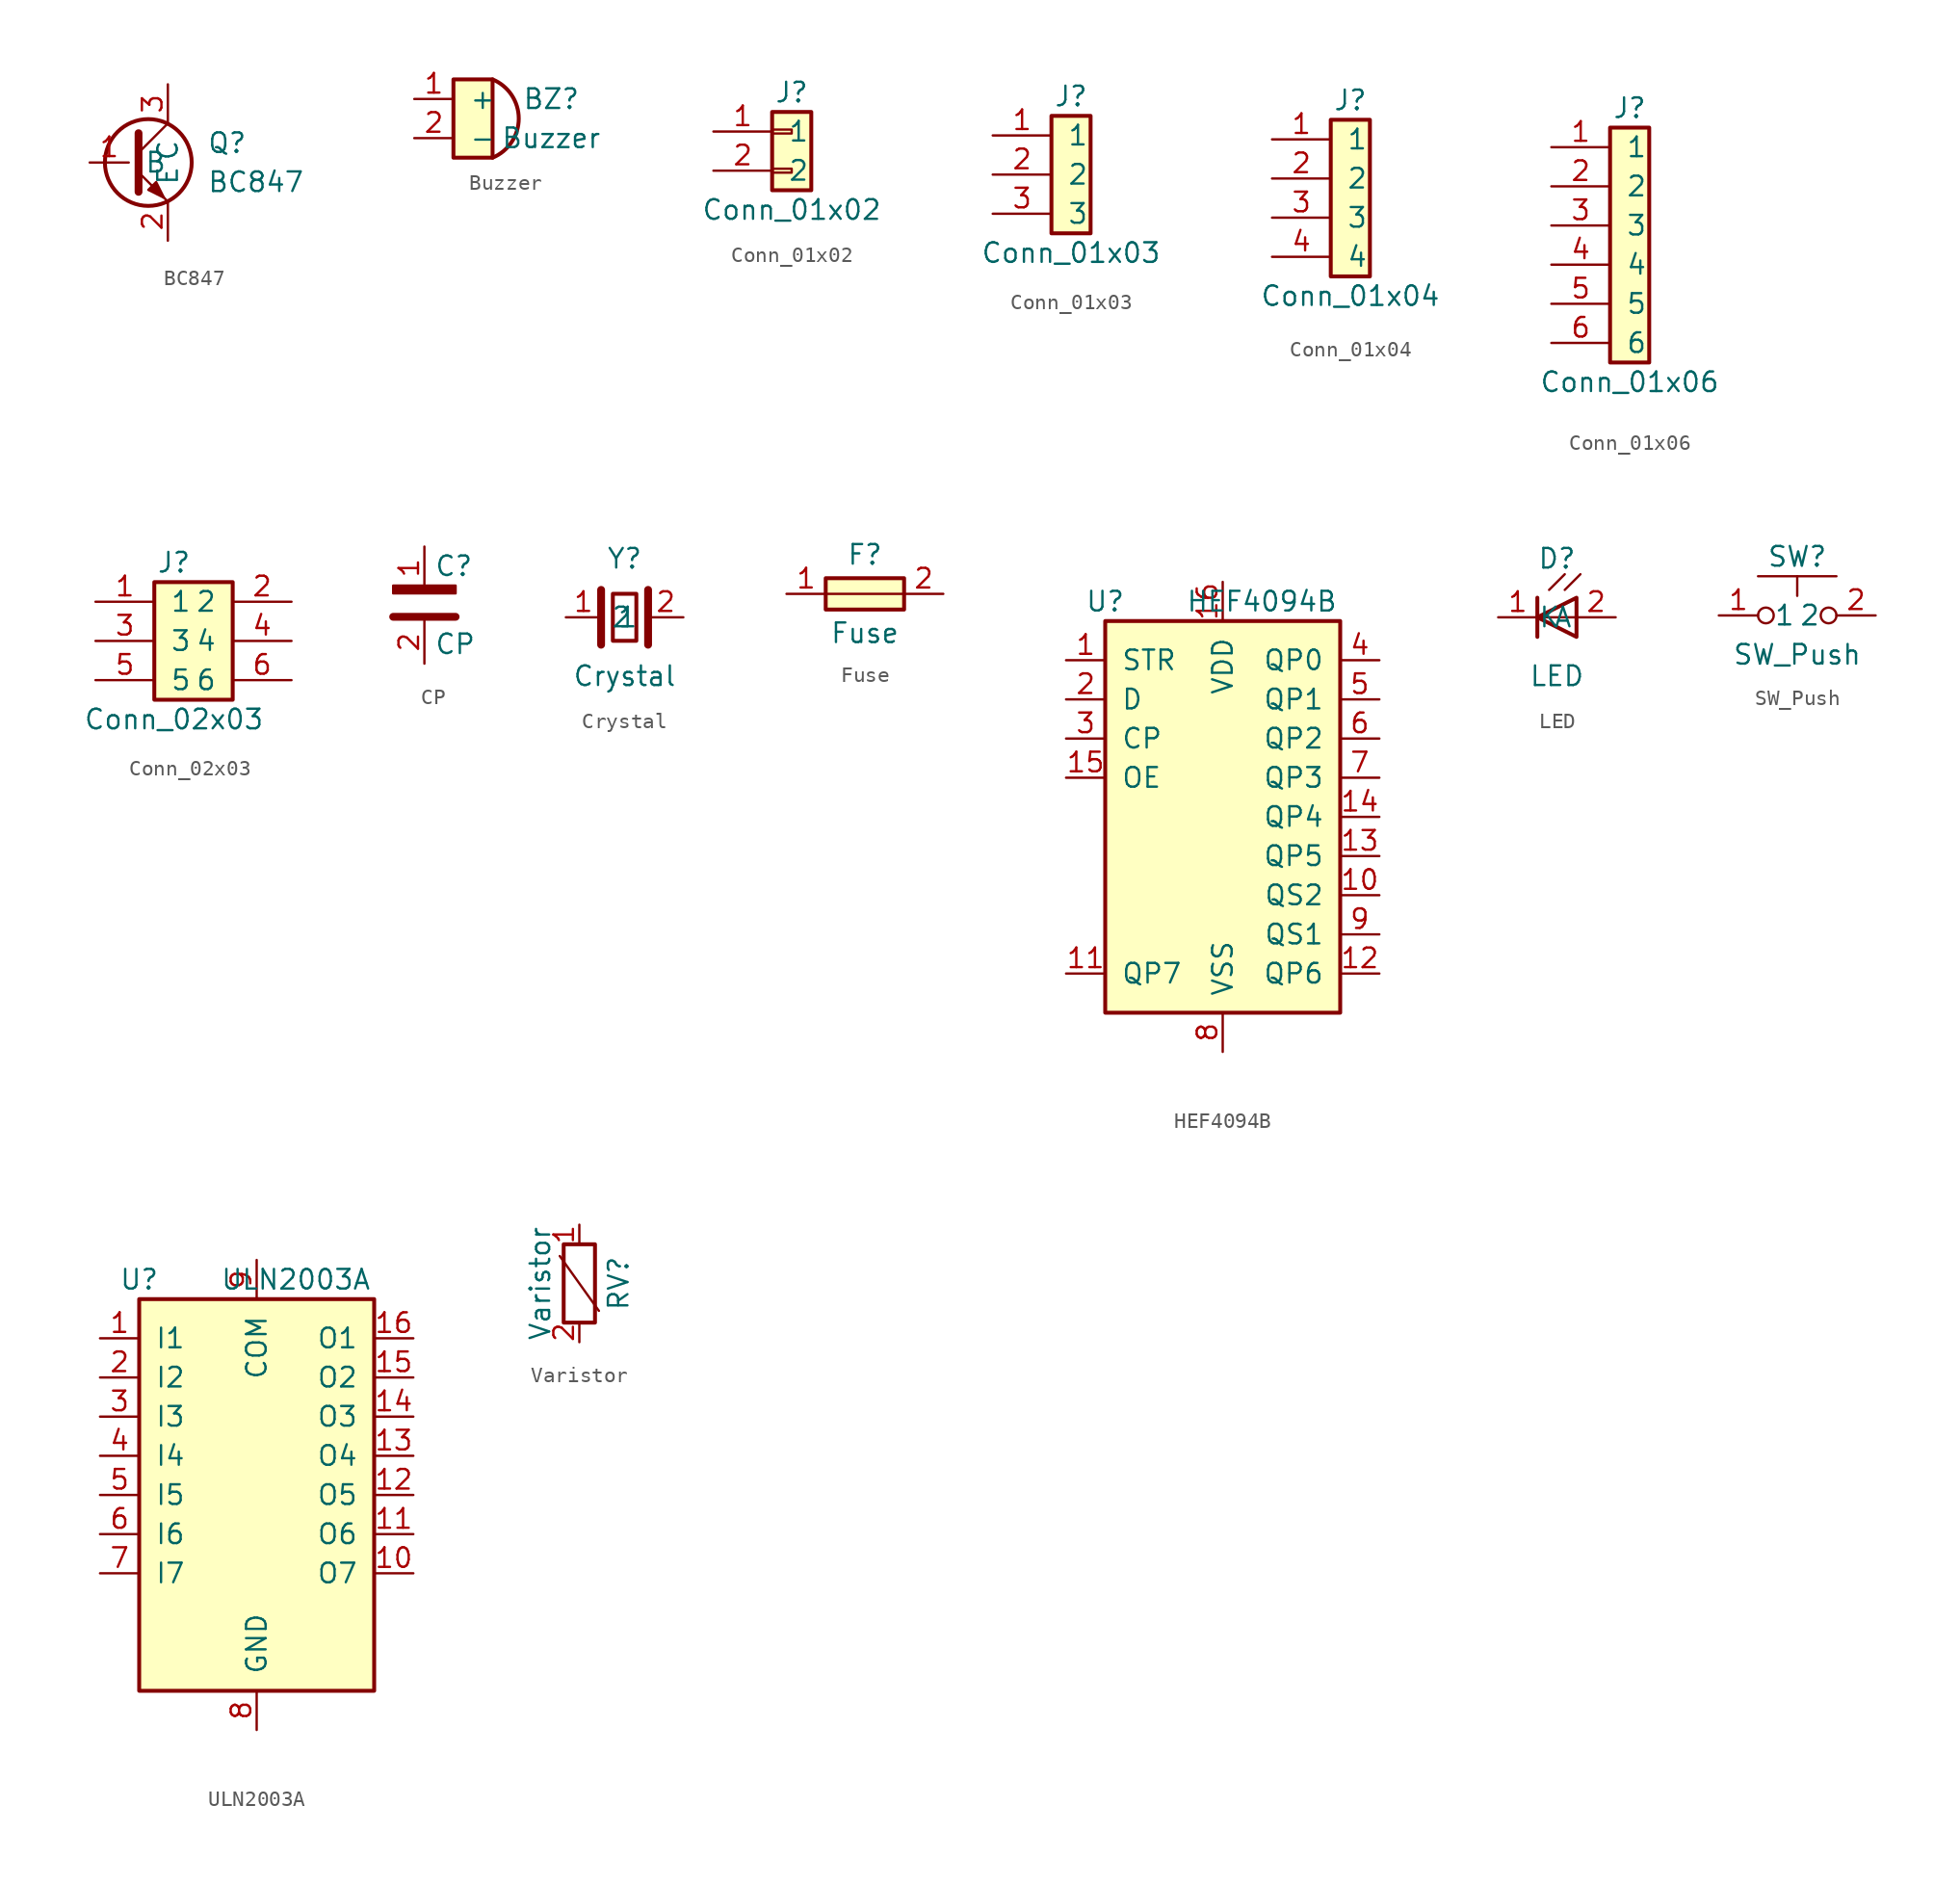
<source format=kicad_sym>
(kicad_symbol_lib
  (version 20231120)
  (generator "kicad_symbol_editor")
  (generator_version "9.0")
  (symbol "BC847"
    (pin_names
      (offset 1.016))
    (property "Reference" "Q"
      (at 5.08 1.27 0)
      (effects (font (size 1.27 1.27)) (justify left)))
    (property "Value" "BC847"
      (at 5.08 -1.27 0)
      (effects (font (size 1.27 1.27)) (justify left)))
    (symbol "BC847_0_1"
      (polyline (pts (xy 0.635 0.635) (xy 2.54 2.54)) (stroke (width 0) (type default)) (fill (type none)))
      (polyline (pts (xy 0.635 -0.635) (xy 2.54 -2.54)) (stroke (width 0) (type default)) (fill (type none)))
      (polyline (pts (xy 0.635 1.905) (xy 0.635 -1.905)) (stroke (width 0.508) (type default)) (fill (type none)))
      (polyline (pts (xy 1.27 -1.778) (xy 1.778 -1.27) (xy 2.286 -2.286) (xy 1.27 -1.778)) (stroke (width 0) (type default)) (fill (type outline)))
      (circle (center 1.27 0) (radius 2.819) (stroke (width 0.254) (type default)) (fill (type none))))
    (symbol "BC847_1_1"
      (pin input line (at -2.54 0 0) (length 2.54) (name "B" (effects (font (size 1.27 1.27)))) (number "1" (effects (font (size 1.27 1.27)))))
      (pin passive line (at 2.54 -5.08 90) (length 2.54) (name "E" (effects (font (size 1.27 1.27)))) (number "2" (effects (font (size 1.27 1.27)))))
      (pin passive line (at 2.54 5.08 270) (length 2.54) (name "C" (effects (font (size 1.27 1.27)))) (number "3" (effects (font (size 1.27 1.27)))))))
  (symbol "Buzzer"
    (pin_names
      (offset 1.016))
    (property "Reference" "BZ"
      (at 3.81 1.27 0)
      (effects (font (size 1.27 1.27))))
    (property "Value" "Buzzer"
      (at 3.81 -1.27 0)
      (effects (font (size 1.27 1.27))))
    (symbol "Buzzer_0_1"
      (arc (start 0 2.54) (mid 1.6988 0) (end 0 -2.54) (stroke (width 0.254) (type default)) (fill (type none)))
      (rectangle (start 0 2.54) (end -2.54 -2.54) (stroke (width 0.254) (type default)) (fill (type background))))
    (symbol "Buzzer_1_1"
      (pin passive line (at -5.08 1.27 0) (length 2.54) (name "+" (effects (font (size 1.27 1.27)))) (number "1" (effects (font (size 1.27 1.27)))))
      (pin passive line (at -5.08 -1.27 0) (length 2.54) (name "-" (effects (font (size 1.27 1.27)))) (number "2" (effects (font (size 1.27 1.27)))))))
  (symbol "Conn_01x02"
    (pin_names
      (offset 1.016))
    (property "Reference" "J"
      (at 0 2.54 0)
      (effects (font (size 1.27 1.27))))
    (property "Value" "Conn_01x02"
      (at 0 -5.08 0)
      (effects (font (size 1.27 1.27))))
    (symbol "Conn_01x02_1_1"
      (rectangle (start -1.27 -2.413) (end 0 -2.667) (stroke (width 0.152) (type default)) (fill (type none)))
      (rectangle (start -1.27 0.127) (end 0 -0.127) (stroke (width 0.152) (type default)) (fill (type none)))
      (rectangle (start -1.27 1.27) (end 1.27 -3.81) (stroke (width 0.254) (type default)) (fill (type background)))
      (pin passive line (at -5.08 0 0) (length 3.81) (name "1" (effects (font (size 1.27 1.27)))) (number "1" (effects (font (size 1.27 1.27)))))
      (pin passive line (at -5.08 -2.54 0) (length 3.81) (name "2" (effects (font (size 1.27 1.27)))) (number "2" (effects (font (size 1.27 1.27)))))))
  (symbol "Conn_01x03"
    (pin_names
      (offset 1.016))
    (property "Reference" "J"
      (at 0 5.08 0)
      (effects (font (size 1.27 1.27))))
    (property "Value" "Conn_01x03"
      (at 0 -5.08 0)
      (effects (font (size 1.27 1.27))))
    (symbol "Conn_01x03_1_1"
      (rectangle (start -1.27 3.81) (end 1.27 -3.81) (stroke (width 0.254) (type default)) (fill (type background)))
      (pin passive line (at -5.08 2.54 0) (length 3.81) (name "1" (effects (font (size 1.27 1.27)))) (number "1" (effects (font (size 1.27 1.27)))))
      (pin passive line (at -5.08 0 0) (length 3.81) (name "2" (effects (font (size 1.27 1.27)))) (number "2" (effects (font (size 1.27 1.27)))))
      (pin passive line (at -5.08 -2.54 0) (length 3.81) (name "3" (effects (font (size 1.27 1.27)))) (number "3" (effects (font (size 1.27 1.27)))))))
  (symbol "Conn_01x04"
    (pin_names
      (offset 1.016))
    (property "Reference" "J"
      (at 0 5.08 0)
      (effects (font (size 1.27 1.27))))
    (property "Value" "Conn_01x04"
      (at 0 -7.62 0)
      (effects (font (size 1.27 1.27))))
    (symbol "Conn_01x04_1_1"
      (rectangle (start -1.27 3.81) (end 1.27 -6.35) (stroke (width 0.254) (type default)) (fill (type background)))
      (pin passive line (at -5.08 2.54 0) (length 3.81) (name "1" (effects (font (size 1.27 1.27)))) (number "1" (effects (font (size 1.27 1.27)))))
      (pin passive line (at -5.08 0 0) (length 3.81) (name "2" (effects (font (size 1.27 1.27)))) (number "2" (effects (font (size 1.27 1.27)))))
      (pin passive line (at -5.08 -2.54 0) (length 3.81) (name "3" (effects (font (size 1.27 1.27)))) (number "3" (effects (font (size 1.27 1.27)))))
      (pin passive line (at -5.08 -5.08 0) (length 3.81) (name "4" (effects (font (size 1.27 1.27)))) (number "4" (effects (font (size 1.27 1.27)))))))
  (symbol "Conn_01x06"
    (pin_names
      (offset 1.016))
    (property "Reference" "J"
      (at 0 7.62 0)
      (effects (font (size 1.27 1.27))))
    (property "Value" "Conn_01x06"
      (at 0 -10.16 0)
      (effects (font (size 1.27 1.27))))
    (symbol "Conn_01x06_1_1"
      (rectangle (start -1.27 6.35) (end 1.27 -8.89) (stroke (width 0.254) (type default)) (fill (type background)))
      (pin passive line (at -5.08 5.08 0) (length 3.81) (name "1" (effects (font (size 1.27 1.27)))) (number "1" (effects (font (size 1.27 1.27)))))
      (pin passive line (at -5.08 2.54 0) (length 3.81) (name "2" (effects (font (size 1.27 1.27)))) (number "2" (effects (font (size 1.27 1.27)))))
      (pin passive line (at -5.08 0 0) (length 3.81) (name "3" (effects (font (size 1.27 1.27)))) (number "3" (effects (font (size 1.27 1.27)))))
      (pin passive line (at -5.08 -2.54 0) (length 3.81) (name "4" (effects (font (size 1.27 1.27)))) (number "4" (effects (font (size 1.27 1.27)))))
      (pin passive line (at -5.08 -5.08 0) (length 3.81) (name "5" (effects (font (size 1.27 1.27)))) (number "5" (effects (font (size 1.27 1.27)))))
      (pin passive line (at -5.08 -7.62 0) (length 3.81) (name "6" (effects (font (size 1.27 1.27)))) (number "6" (effects (font (size 1.27 1.27)))))))
  (symbol "Conn_02x03"
    (pin_names
      (offset 1.016))
    (property "Reference" "J"
      (at 0 5.08 0)
      (effects (font (size 1.27 1.27))))
    (property "Value" "Conn_02x03"
      (at 0 -5.08 0)
      (effects (font (size 1.27 1.27))))
    (symbol "Conn_02x03_1_1"
      (rectangle (start -1.27 3.81) (end 3.81 -3.81) (stroke (width 0.254) (type default)) (fill (type background)))
      (pin passive line (at -5.08 2.54 0) (length 3.81) (name "1" (effects (font (size 1.27 1.27)))) (number "1" (effects (font (size 1.27 1.27)))))
      (pin passive line (at 7.62 2.54 180) (length 3.81) (name "2" (effects (font (size 1.27 1.27)))) (number "2" (effects (font (size 1.27 1.27)))))
      (pin passive line (at -5.08 0 0) (length 3.81) (name "3" (effects (font (size 1.27 1.27)))) (number "3" (effects (font (size 1.27 1.27)))))
      (pin passive line (at 7.62 0 180) (length 3.81) (name "4" (effects (font (size 1.27 1.27)))) (number "4" (effects (font (size 1.27 1.27)))))
      (pin passive line (at -5.08 -2.54 0) (length 3.81) (name "5" (effects (font (size 1.27 1.27)))) (number "5" (effects (font (size 1.27 1.27)))))
      (pin passive line (at 7.62 -2.54 180) (length 3.81) (name "6" (effects (font (size 1.27 1.27)))) (number "6" (effects (font (size 1.27 1.27)))))))
  (symbol "CP"
    (pin_names
      (offset 0.254))
    (property "Reference" "C"
      (at 0.635 2.54 0)
      (effects (font (size 1.27 1.27)) (justify left)))
    (property "Value" "CP"
      (at 0.635 -2.54 0)
      (effects (font (size 1.27 1.27)) (justify left)))
    (symbol "CP_0_1"
      (rectangle (start -2.032 0.762) (end 2.032 1.27) (stroke (width 0) (type default)) (fill (type outline)))
      (polyline (pts (xy -2.032 -0.762) (xy 2.032 -0.762)) (stroke (width 0.508) (type default)) (fill (type none))))
    (symbol "CP_1_1"
      (pin passive line (at 0 3.81 270) (length 2.794) (name "~" (effects (font (size 1.27 1.27)))) (number "1" (effects (font (size 1.27 1.27)))))
      (pin passive line (at 0 -3.81 90) (length 2.794) (name "~" (effects (font (size 1.27 1.27)))) (number "2" (effects (font (size 1.27 1.27)))))))
  (symbol "Crystal"
    (pin_names
      (offset 1.016))
    (property "Reference" "Y"
      (at 0 3.81 0)
      (effects (font (size 1.27 1.27))))
    (property "Value" "Crystal"
      (at 0 -3.81 0)
      (effects (font (size 1.27 1.27))))
    (symbol "Crystal_0_1"
      (rectangle (start -0.762 -1.524) (end 0.762 1.524) (stroke (width 0.254) (type default)) (fill (type none)))
      (polyline (pts (xy -1.524 -1.778) (xy -1.524 1.778)) (stroke (width 0.508) (type default)) (fill (type none)))
      (polyline (pts (xy 1.524 -1.778) (xy 1.524 1.778)) (stroke (width 0.508) (type default)) (fill (type none))))
    (symbol "Crystal_1_1"
      (pin passive line (at -3.81 0 0) (length 2.286) (name "1" (effects (font (size 1.27 1.27)))) (number "1" (effects (font (size 1.27 1.27)))))
      (pin passive line (at 3.81 0 180) (length 2.286) (name "2" (effects (font (size 1.27 1.27)))) (number "2" (effects (font (size 1.27 1.27)))))))
  (symbol "Fuse"
    (pin_names
      (offset 1.016))
    (property "Reference" "F"
      (at 0 2.54 0)
      (effects (font (size 1.27 1.27))))
    (property "Value" "Fuse"
      (at 0 -2.54 0)
      (effects (font (size 1.27 1.27))))
    (symbol "Fuse_0_1"
      (rectangle (start -2.54 1.016) (end 2.54 -1.016) (stroke (width 0.254) (type default)) (fill (type background)))
      (polyline (pts (xy -2.54 0) (xy 2.54 0)) (stroke (width 0) (type default)) (fill (type none))))
    (symbol "Fuse_1_1"
      (pin passive line (at -5.08 0 0) (length 2.54) (name "~" (effects (font (size 1.27 1.27)))) (number "1" (effects (font (size 1.27 1.27)))))
      (pin passive line (at 5.08 0 180) (length 2.54) (name "~" (effects (font (size 1.27 1.27)))) (number "2" (effects (font (size 1.27 1.27)))))))
  (symbol "HEF4094B"
    (pin_names
      (offset 1.016))
    (property "Reference" "U"
      (at -7.62 13.97 0)
      (effects (font (size 1.27 1.27))))
    (property "Value" "HEF4094B"
      (at 2.54 13.97 0)
      (effects (font (size 1.27 1.27))))
    (symbol "HEF4094B_0_1"
      (rectangle (start -7.62 12.7) (end 7.62 -12.7) (stroke (width 0.254) (type default)) (fill (type background))))
    (symbol "HEF4094B_1_1"
      (pin input line (at -10.16 10.16 0) (length 2.54) (name "STR" (effects (font (size 1.27 1.27)))) (number "1" (effects (font (size 1.27 1.27)))))
      (pin input line (at -10.16 7.62 0) (length 2.54) (name "D" (effects (font (size 1.27 1.27)))) (number "2" (effects (font (size 1.27 1.27)))))
      (pin input line (at -10.16 5.08 0) (length 2.54) (name "CP" (effects (font (size 1.27 1.27)))) (number "3" (effects (font (size 1.27 1.27)))))
      (pin output line (at 10.16 10.16 180) (length 2.54) (name "QP0" (effects (font (size 1.27 1.27)))) (number "4" (effects (font (size 1.27 1.27)))))
      (pin output line (at 10.16 7.62 180) (length 2.54) (name "QP1" (effects (font (size 1.27 1.27)))) (number "5" (effects (font (size 1.27 1.27)))))
      (pin output line (at 10.16 5.08 180) (length 2.54) (name "QP2" (effects (font (size 1.27 1.27)))) (number "6" (effects (font (size 1.27 1.27)))))
      (pin output line (at 10.16 2.54 180) (length 2.54) (name "QP3" (effects (font (size 1.27 1.27)))) (number "7" (effects (font (size 1.27 1.27)))))
      (pin power_in line (at 0 -15.24 90) (length 2.54) (name "VSS" (effects (font (size 1.27 1.27)))) (number "8" (effects (font (size 1.27 1.27)))))
      (pin output line (at 10.16 -7.62 180) (length 2.54) (name "QS1" (effects (font (size 1.27 1.27)))) (number "9" (effects (font (size 1.27 1.27)))))
      (pin output line (at 10.16 -5.08 180) (length 2.54) (name "QS2" (effects (font (size 1.27 1.27)))) (number "10" (effects (font (size 1.27 1.27)))))
      (pin output line (at 10.16 0 180) (length 2.54) (name "QP4" (effects (font (size 1.27 1.27)))) (number "14" (effects (font (size 1.27 1.27)))))
      (pin output line (at 10.16 -2.54 180) (length 2.54) (name "QP5" (effects (font (size 1.27 1.27)))) (number "13" (effects (font (size 1.27 1.27)))))
      (pin output line (at 10.16 -10.16 180) (length 2.54) (name "QP6" (effects (font (size 1.27 1.27)))) (number "12" (effects (font (size 1.27 1.27)))))
      (pin output line (at -10.16 -10.16 0) (length 2.54) (name "QP7" (effects (font (size 1.27 1.27)))) (number "11" (effects (font (size 1.27 1.27)))))
      (pin input line (at -10.16 2.54 0) (length 2.54) (name "OE" (effects (font (size 1.27 1.27)))) (number "15" (effects (font (size 1.27 1.27)))))
      (pin power_in line (at 0 15.24 270) (length 2.54) (name "VDD" (effects (font (size 1.27 1.27)))) (number "16" (effects (font (size 1.27 1.27)))))))
  (symbol "LED"
    (pin_names
      (offset 1.016))
    (property "Reference" "D"
      (at 0 3.81 0)
      (effects (font (size 1.27 1.27))))
    (property "Value" "LED"
      (at 0 -3.81 0)
      (effects (font (size 1.27 1.27))))
    (symbol "LED_0_1"
      (polyline (pts (xy -1.27 -1.27) (xy -1.27 1.27)) (stroke (width 0.254) (type default)) (fill (type none)))
      (polyline (pts (xy -1.27 0) (xy 1.27 0)) (stroke (width 0) (type default)) (fill (type none)))
      (polyline (pts (xy 1.27 -1.27) (xy 1.27 1.27) (xy -1.27 0) (xy 1.27 -1.27)) (stroke (width 0.254) (type default)) (fill (type none)))
      (polyline (pts (xy -0.508 1.778) (xy 0.508 2.794)) (stroke (width 0) (type default)) (fill (type none)))
      (polyline (pts (xy 0.508 1.778) (xy 1.524 2.794)) (stroke (width 0) (type default)) (fill (type none))))
    (symbol "LED_1_1"
      (pin passive line (at -3.81 0 0) (length 2.54) (name "A" (effects (font (size 1.27 1.27)))) (number "1" (effects (font (size 1.27 1.27)))))
      (pin passive line (at 3.81 0 180) (length 2.54) (name "K" (effects (font (size 1.27 1.27)))) (number "2" (effects (font (size 1.27 1.27)))))))
  (symbol "SW_Push"
    (pin_names
      (offset 1.016))
    (property "Reference" "SW"
      (at 0 3.81 0)
      (effects (font (size 1.27 1.27))))
    (property "Value" "SW_Push"
      (at 0 -2.54 0)
      (effects (font (size 1.27 1.27))))
    (symbol "SW_Push_0_1"
      (circle (center -2.032 0) (radius 0.508) (stroke (width 0) (type default)) (fill (type none)))
      (circle (center 2.032 0) (radius 0.508) (stroke (width 0) (type default)) (fill (type none)))
      (polyline (pts (xy 0 1.27) (xy 0 2.54)) (stroke (width 0) (type default)) (fill (type none)))
      (polyline (pts (xy -2.54 2.54) (xy 2.54 2.54)) (stroke (width 0) (type default)) (fill (type none))))
    (symbol "SW_Push_1_1"
      (pin passive line (at -5.08 0 0) (length 2.54) (name "1" (effects (font (size 1.27 1.27)))) (number "1" (effects (font (size 1.27 1.27)))))
      (pin passive line (at 5.08 0 180) (length 2.54) (name "2" (effects (font (size 1.27 1.27)))) (number "2" (effects (font (size 1.27 1.27)))))))
  (symbol "ULN2003A"
    (pin_names
      (offset 1.016))
    (property "Reference" "U"
      (at -7.62 13.97 0)
      (effects (font (size 1.27 1.27))))
    (property "Value" "ULN2003A"
      (at 2.54 13.97 0)
      (effects (font (size 1.27 1.27))))
    (symbol "ULN2003A_0_1"
      (rectangle (start -7.62 12.7) (end 7.62 -12.7) (stroke (width 0.254) (type default)) (fill (type background))))
    (symbol "ULN2003A_1_1"
      (pin input line (at -10.16 10.16 0) (length 2.54) (name "I1" (effects (font (size 1.27 1.27)))) (number "1" (effects (font (size 1.27 1.27)))))
      (pin input line (at -10.16 7.62 0) (length 2.54) (name "I2" (effects (font (size 1.27 1.27)))) (number "2" (effects (font (size 1.27 1.27)))))
      (pin input line (at -10.16 5.08 0) (length 2.54) (name "I3" (effects (font (size 1.27 1.27)))) (number "3" (effects (font (size 1.27 1.27)))))
      (pin input line (at -10.16 2.54 0) (length 2.54) (name "I4" (effects (font (size 1.27 1.27)))) (number "4" (effects (font (size 1.27 1.27)))))
      (pin input line (at -10.16 0 0) (length 2.54) (name "I5" (effects (font (size 1.27 1.27)))) (number "5" (effects (font (size 1.27 1.27)))))
      (pin input line (at -10.16 -2.54 0) (length 2.54) (name "I6" (effects (font (size 1.27 1.27)))) (number "6" (effects (font (size 1.27 1.27)))))
      (pin input line (at -10.16 -5.08 0) (length 2.54) (name "I7" (effects (font (size 1.27 1.27)))) (number "7" (effects (font (size 1.27 1.27)))))
      (pin power_in line (at 0 -15.24 90) (length 2.54) (name "GND" (effects (font (size 1.27 1.27)))) (number "8" (effects (font (size 1.27 1.27)))))
      (pin power_in line (at 0 15.24 270) (length 2.54) (name "COM" (effects (font (size 1.27 1.27)))) (number "9" (effects (font (size 1.27 1.27)))))
      (pin open_collector line (at 10.16 -5.08 180) (length 2.54) (name "O7" (effects (font (size 1.27 1.27)))) (number "10" (effects (font (size 1.27 1.27)))))
      (pin open_collector line (at 10.16 -2.54 180) (length 2.54) (name "O6" (effects (font (size 1.27 1.27)))) (number "11" (effects (font (size 1.27 1.27)))))
      (pin open_collector line (at 10.16 0 180) (length 2.54) (name "O5" (effects (font (size 1.27 1.27)))) (number "12" (effects (font (size 1.27 1.27)))))
      (pin open_collector line (at 10.16 2.54 180) (length 2.54) (name "O4" (effects (font (size 1.27 1.27)))) (number "13" (effects (font (size 1.27 1.27)))))
      (pin open_collector line (at 10.16 5.08 180) (length 2.54) (name "O3" (effects (font (size 1.27 1.27)))) (number "14" (effects (font (size 1.27 1.27)))))
      (pin open_collector line (at 10.16 7.62 180) (length 2.54) (name "O2" (effects (font (size 1.27 1.27)))) (number "15" (effects (font (size 1.27 1.27)))))
      (pin open_collector line (at 10.16 10.16 180) (length 2.54) (name "O1" (effects (font (size 1.27 1.27)))) (number "16" (effects (font (size 1.27 1.27)))))))
  (symbol "Varistor"
    (pin_names
      (offset 1.016))
    (property "Reference" "RV"
      (at 2.54 0 90)
      (effects (font (size 1.27 1.27))))
    (property "Value" "Varistor"
      (at -2.54 0 90)
      (effects (font (size 1.27 1.27))))
    (symbol "Varistor_0_1"
      (rectangle (start -1.016 2.54) (end 1.016 -2.54) (stroke (width 0.254) (type default)) (fill (type none)))
      (polyline (pts (xy -1.27 1.778) (xy 1.27 -1.778)) (stroke (width 0) (type default)) (fill (type none))))
    (symbol "Varistor_1_1"
      (pin passive line (at 0 3.81 270) (length 1.27) (name "~" (effects (font (size 1.27 1.27)))) (number "1" (effects (font (size 1.27 1.27)))))
      (pin passive line (at 0 -3.81 90) (length 1.27) (name "~" (effects (font (size 1.27 1.27)))) (number "2" (effects (font (size 1.27 1.27))))))))
</source>
